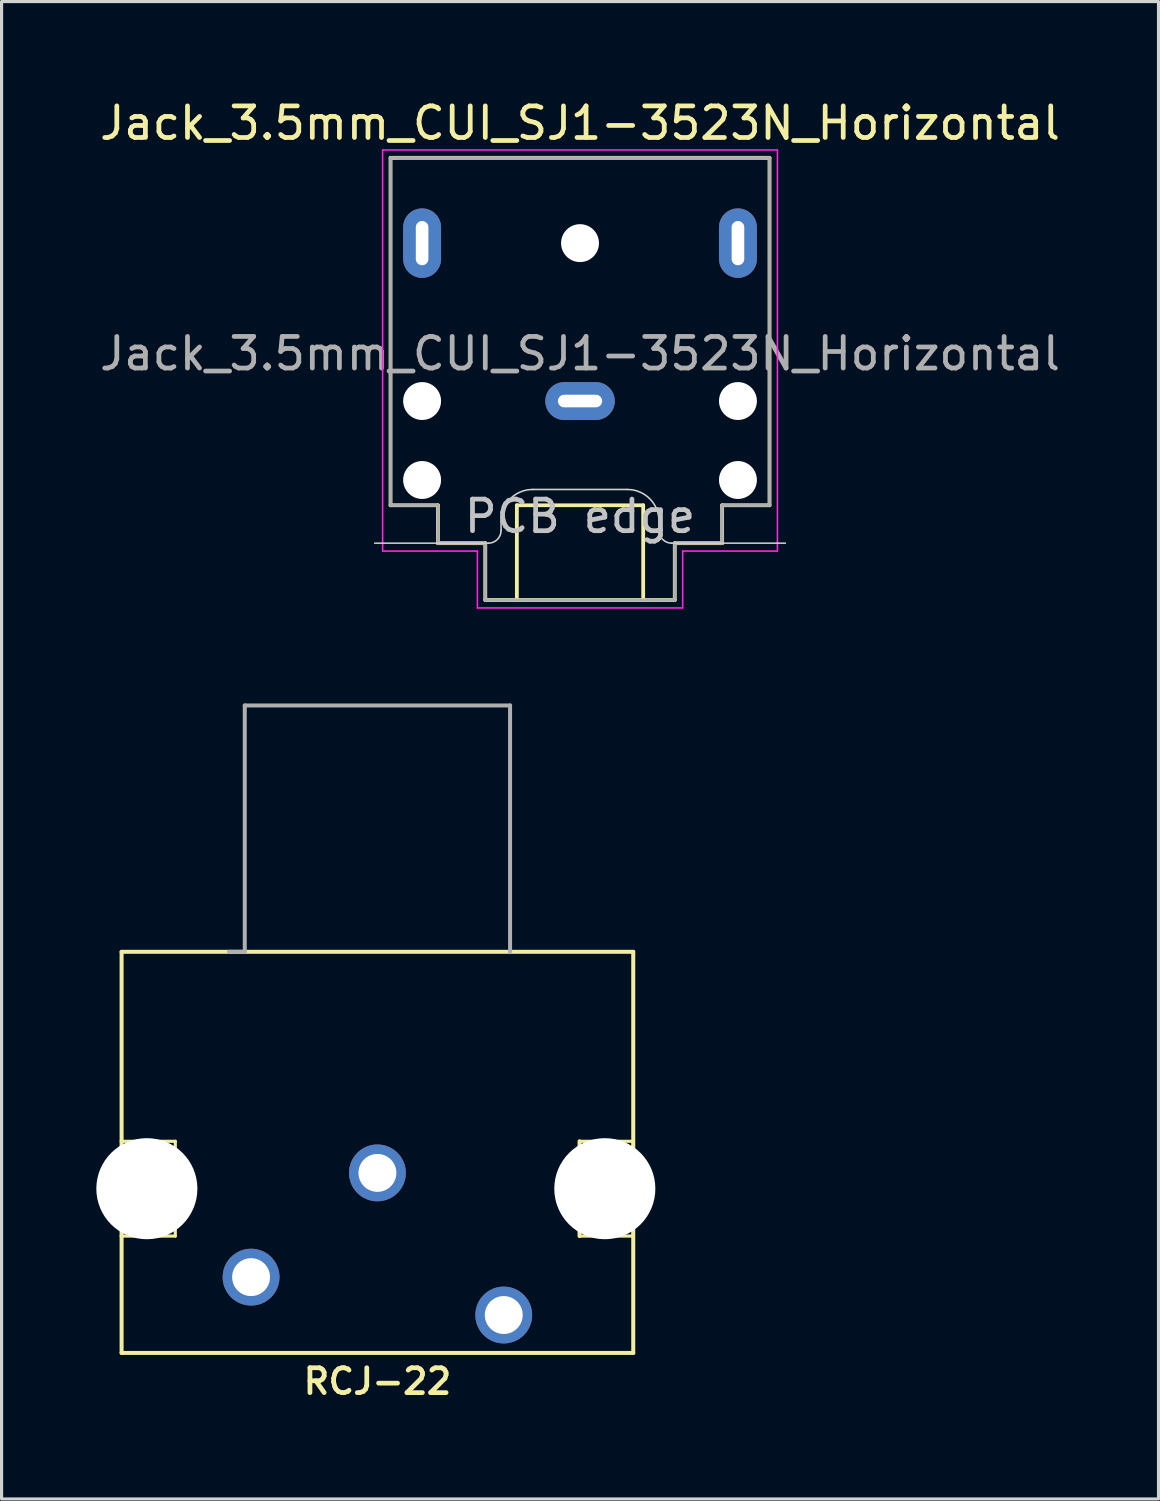
<source format=kicad_pcb>
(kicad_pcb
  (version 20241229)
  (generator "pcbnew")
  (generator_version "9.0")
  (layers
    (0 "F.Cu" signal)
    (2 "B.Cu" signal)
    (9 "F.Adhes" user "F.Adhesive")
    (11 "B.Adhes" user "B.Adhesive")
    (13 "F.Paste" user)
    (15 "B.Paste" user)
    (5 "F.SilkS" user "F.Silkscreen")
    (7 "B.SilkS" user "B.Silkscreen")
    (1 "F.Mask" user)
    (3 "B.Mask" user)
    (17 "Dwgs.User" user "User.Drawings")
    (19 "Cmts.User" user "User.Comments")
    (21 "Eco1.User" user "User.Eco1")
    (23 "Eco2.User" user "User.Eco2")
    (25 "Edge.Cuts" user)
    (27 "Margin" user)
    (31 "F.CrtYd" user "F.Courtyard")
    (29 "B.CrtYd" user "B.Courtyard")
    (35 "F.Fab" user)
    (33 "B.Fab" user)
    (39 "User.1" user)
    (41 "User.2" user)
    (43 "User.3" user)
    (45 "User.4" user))
  (footprint "RCJ-22"
    (layer "F.Cu")
    (at 8.9 37.087)
    (property "Reference" "RCJ-22" (at 0 3.6 0) (layer "F.SilkS") (effects (font (size 0.787 0.787) (thickness 0.15))))
    (attr through_hole)
    (fp_line (start -8.1 -10) (end -8.1 -4) (stroke (width 0.127) (type solid)) (layer "F.SilkS"))
    (fp_line (start -8.1 -4) (end -8.1 -1) (stroke (width 0.127) (type solid)) (layer "F.SilkS"))
    (fp_line (start -8.1 -1) (end -8.1 2.7) (stroke (width 0.127) (type solid)) (layer "F.SilkS"))
    (fp_line (start -8.1 -1) (end -6.4 -1) (stroke (width 0.1) (type solid)) (layer "F.SilkS"))
    (fp_line (start -8.1 2.7) (end 8.1 2.7) (stroke (width 0.127) (type solid)) (layer "F.SilkS"))
    (fp_line (start -6.4 -4) (end -8.1 -4) (stroke (width 0.1) (type solid)) (layer "F.SilkS"))
    (fp_line (start -6.4 -1) (end -6.4 -4) (stroke (width 0.1) (type solid)) (layer "F.SilkS"))
    (fp_line (start 6.4 -4) (end 6.4 -1) (stroke (width 0.127) (type solid)) (layer "F.SilkS"))
    (fp_line (start 6.4 -1) (end 8.1 -1) (stroke (width 0.1) (type solid)) (layer "F.SilkS"))
    (fp_line (start 8.1 -10) (end -8.1 -10) (stroke (width 0.127) (type solid)) (layer "F.SilkS"))
    (fp_line (start 8.1 -4) (end 6.4 -4) (stroke (width 0.1) (type solid)) (layer "F.SilkS"))
    (fp_line (start 8.1 -1) (end 8.1 -4) (stroke (width 0.1) (type solid)) (layer "F.SilkS"))
    (fp_line (start 8.1 2.7) (end 8.1 -10) (stroke (width 0.127) (type solid)) (layer "F.SilkS"))
    (fp_line (start -4.7 -10) (end -4.2 -10) (stroke (width 0.127) (type solid)) (layer "F.Fab"))
    (fp_line (start -4.2 -17.8) (end 4.2 -17.8) (stroke (width 0.127) (type solid)) (layer "F.Fab"))
    (fp_line (start -4.2 -10) (end -4.2 -17.8) (stroke (width 0.127) (type solid)) (layer "F.Fab"))
    (fp_line (start 4.2 -17.8) (end 4.2 -10) (stroke (width 0.127) (type solid)) (layer "F.Fab"))
    (pad "" np_thru_hole circle (at -7.3 -2.5) (size 3.2 3.2) (drill 3.2) (layers "*.Cu" "*.Mask"))
    (pad "" np_thru_hole circle (at 7.2 -2.5) (size 3.2 3.2) (drill 3.2) (layers "*.Cu" "*.Mask"))
    (pad "1" thru_hole circle (at 0 -3) (size 1.8 1.8) (drill 1.2) (layers "*.Cu" "*.Mask"))
    (pad "2" thru_hole circle (at -4 0.3) (size 1.8 1.8) (drill 1.2) (layers "*.Cu" "*.Mask"))
    (pad "3" thru_hole circle (at 4 1.5) (size 1.8 1.8) (drill 1.2) (layers "*.Cu" "*.Mask")))
  (footprint "Jack_3.5mm_CUI_SJ1-3523N_Horizontal"
    (layer "F.Cu")
    (at 15.315 9.648)
    (property "Reference" "Jack_3.5mm_CUI_SJ1-3523N_Horizontal" (at 0 -8.8 0) (layer "F.SilkS") (effects (font (size 1 1) (thickness 0.15))))
    (attr through_hole exclude_from_pos_files exclude_from_bom)
    (fp_line (start -6 -7.7) (end 6 -7.7) (stroke (width 0.12) (type solid)) (layer "F.SilkS"))
    (fp_line (start -6 3.3) (end -6 -7.7) (stroke (width 0.12) (type solid)) (layer "F.SilkS"))
    (fp_line (start -4.5 3.3) (end -6 3.3) (stroke (width 0.12) (type solid)) (layer "F.SilkS"))
    (fp_line (start -4.5 4.5) (end -4.5 3.3) (stroke (width 0.12) (type solid)) (layer "F.SilkS"))
    (fp_line (start -3 4.5) (end -4.5 4.5) (stroke (width 0.12) (type solid)) (layer "F.SilkS"))
    (fp_line (start -3 6.3) (end -3 4.5) (stroke (width 0.12) (type solid)) (layer "F.SilkS"))
    (fp_line (start -2 3.3) (end -2 6.3) (stroke (width 0.12) (type solid)) (layer "F.SilkS"))
    (fp_line (start 2 3.3) (end -2 3.3) (stroke (width 0.12) (type solid)) (layer "F.SilkS"))
    (fp_line (start 2 6.3) (end 2 3.3) (stroke (width 0.12) (type solid)) (layer "F.SilkS"))
    (fp_line (start 3 4.5) (end 3 6.3) (stroke (width 0.12) (type solid)) (layer "F.SilkS"))
    (fp_line (start 3 6.3) (end -3 6.3) (stroke (width 0.12) (type solid)) (layer "F.SilkS"))
    (fp_line (start 4.5 3.3) (end 4.5 4.5) (stroke (width 0.12) (type solid)) (layer "F.SilkS"))
    (fp_line (start 4.5 4.5) (end 3 4.5) (stroke (width 0.12) (type solid)) (layer "F.SilkS"))
    (fp_line (start 6 -7.7) (end 6 3.3) (stroke (width 0.12) (type solid)) (layer "F.SilkS"))
    (fp_line (start 6 3.3) (end 4.5 3.3) (stroke (width 0.12) (type solid)) (layer "F.SilkS"))
    (fp_line (start -2.9 4.5) (end -6.5 4.5) (stroke (width 0.05) (type solid)) (layer "Edge.Cuts"))
    (fp_line (start -2.5 4.1) (end -2.5 3.8) (stroke (width 0.05) (type default)) (layer "Edge.Cuts"))
    (fp_line (start 1.5 2.8) (end -1.5 2.8) (stroke (width 0.05) (type default)) (layer "Edge.Cuts"))
    (fp_line (start 2.5 3.8) (end 2.5 4.1) (stroke (width 0.05) (type default)) (layer "Edge.Cuts"))
    (fp_line (start 2.9 4.5) (end 6.5 4.5) (stroke (width 0.05) (type solid)) (layer "Edge.Cuts"))
    (fp_arc (start -2.5 3.8) (mid -2.207107 3.092893) (end -1.5 2.8) (stroke (width 0.05) (type solid)) (layer "Edge.Cuts"))
    (fp_arc (start -2.5 4.1) (mid -2.617157 4.382843) (end -2.9 4.5) (stroke (width 0.05) (type solid)) (layer "Edge.Cuts"))
    (fp_arc (start 1.5 2.8) (mid 2.207107 3.092893) (end 2.5 3.8) (stroke (width 0.05) (type solid)) (layer "Edge.Cuts"))
    (fp_arc (start 2.9 4.5) (mid 2.617157 4.382843) (end 2.5 4.1) (stroke (width 0.05) (type solid)) (layer "Edge.Cuts"))
    (fp_line (start -6.25 -7.95) (end -6.25 4.75) (stroke (width 0.05) (type solid)) (layer "F.CrtYd"))
    (fp_line (start -6.25 4.75) (end -3.25 4.75) (stroke (width 0.05) (type solid)) (layer "F.CrtYd"))
    (fp_line (start -3.25 4.75) (end -3.25 6.55) (stroke (width 0.05) (type solid)) (layer "F.CrtYd"))
    (fp_line (start -3.25 6.55) (end 3.25 6.55) (stroke (width 0.05) (type solid)) (layer "F.CrtYd"))
    (fp_line (start 3.25 4.75) (end 6.25 4.75) (stroke (width 0.05) (type solid)) (layer "F.CrtYd"))
    (fp_line (start 3.25 6.55) (end 3.25 4.75) (stroke (width 0.05) (type solid)) (layer "F.CrtYd"))
    (fp_line (start 6.25 -7.95) (end -6.25 -7.95) (stroke (width 0.05) (type solid)) (layer "F.CrtYd"))
    (fp_line (start 6.25 4.5) (end 6.25 -7.95) (stroke (width 0.05) (type solid)) (layer "F.CrtYd"))
    (fp_line (start 6.25 4.75) (end 6.25 4.5) (stroke (width 0.05) (type solid)) (layer "F.CrtYd"))
    (fp_line (start -6 -7.7) (end 6 -7.7) (stroke (width 0.1) (type solid)) (layer "F.Fab"))
    (fp_line (start -6 3.3) (end -6 -7.7) (stroke (width 0.1) (type solid)) (layer "F.Fab"))
    (fp_line (start -4.5 3.3) (end -6 3.3) (stroke (width 0.1) (type solid)) (layer "F.Fab"))
    (fp_line (start -4.5 4.5) (end -4.5 3.3) (stroke (width 0.1) (type solid)) (layer "F.Fab"))
    (fp_line (start -4.5 4.5) (end -3 4.5) (stroke (width 0.1) (type solid)) (layer "F.Fab"))
    (fp_line (start -3 4.5) (end -3 6.3) (stroke (width 0.1) (type solid)) (layer "F.Fab"))
    (fp_line (start -3 6.3) (end 3 6.3) (stroke (width 0.1) (type solid)) (layer "F.Fab"))
    (fp_line (start 3 4.5) (end 3 6.3) (stroke (width 0.1) (type solid)) (layer "F.Fab"))
    (fp_line (start 4.5 3.3) (end 6 3.3) (stroke (width 0.1) (type solid)) (layer "F.Fab"))
    (fp_line (start 4.5 4.5) (end 3 4.5) (stroke (width 0.1) (type solid)) (layer "F.Fab"))
    (fp_line (start 4.5 4.5) (end 4.5 3.3) (stroke (width 0.1) (type solid)) (layer "F.Fab"))
    (fp_line (start 6 3.3) (end 6 -7.7) (stroke (width 0.1) (type solid)) (layer "F.Fab"))
    (fp_text user "PCB edge" (at 0 3.65 0) (unlocked yes) (layer "Dwgs.User") (effects (font (size 1 1) (thickness 0.15))))
    (fp_text user "${REFERENCE}" (at 0 -1.5 0) (layer "F.Fab") (effects (font (size 1 1) (thickness 0.15))))
    (pad "" np_thru_hole circle (at -5 0) (size 1.2 1.2) (drill 1.2) (layers "*.Cu" "*.Mask"))
    (pad "" np_thru_hole circle (at -5 2.5) (size 1.2 1.2) (drill 1.2) (layers "*.Cu" "*.Mask"))
    (pad "" np_thru_hole circle (at 0 -5) (size 1.2 1.2) (drill 1.2) (layers "*.Cu" "*.Mask"))
    (pad "" np_thru_hole circle (at 5 0) (size 1.2 1.2) (drill 1.2) (layers "*.Cu" "*.Mask"))
    (pad "" np_thru_hole circle (at 5 2.5) (size 1.2 1.2) (drill 1.2) (layers "*.Cu" "*.Mask"))
    (pad "R" thru_hole oval (at -5 -5) (size 1.2 2.2) (drill oval 0.4 1.4) (layers "*.Cu" "*.Mask"))
    (pad "S" thru_hole oval (at 0 0) (size 2.2 1.2) (drill oval 1.4 0.4) (layers "*.Cu" "*.Mask"))
    (pad "T" thru_hole oval (at 5 -5 180) (size 1.2 2.2) (drill oval 0.4 1.4) (layers "*.Cu" "*.Mask")))
  (gr_rect
    (start -3 -3)
    (end 33.631 44.411)
    (stroke (width 0.1) (type default))
    (fill no)
    (layer "Edge.Cuts")))
</source>
